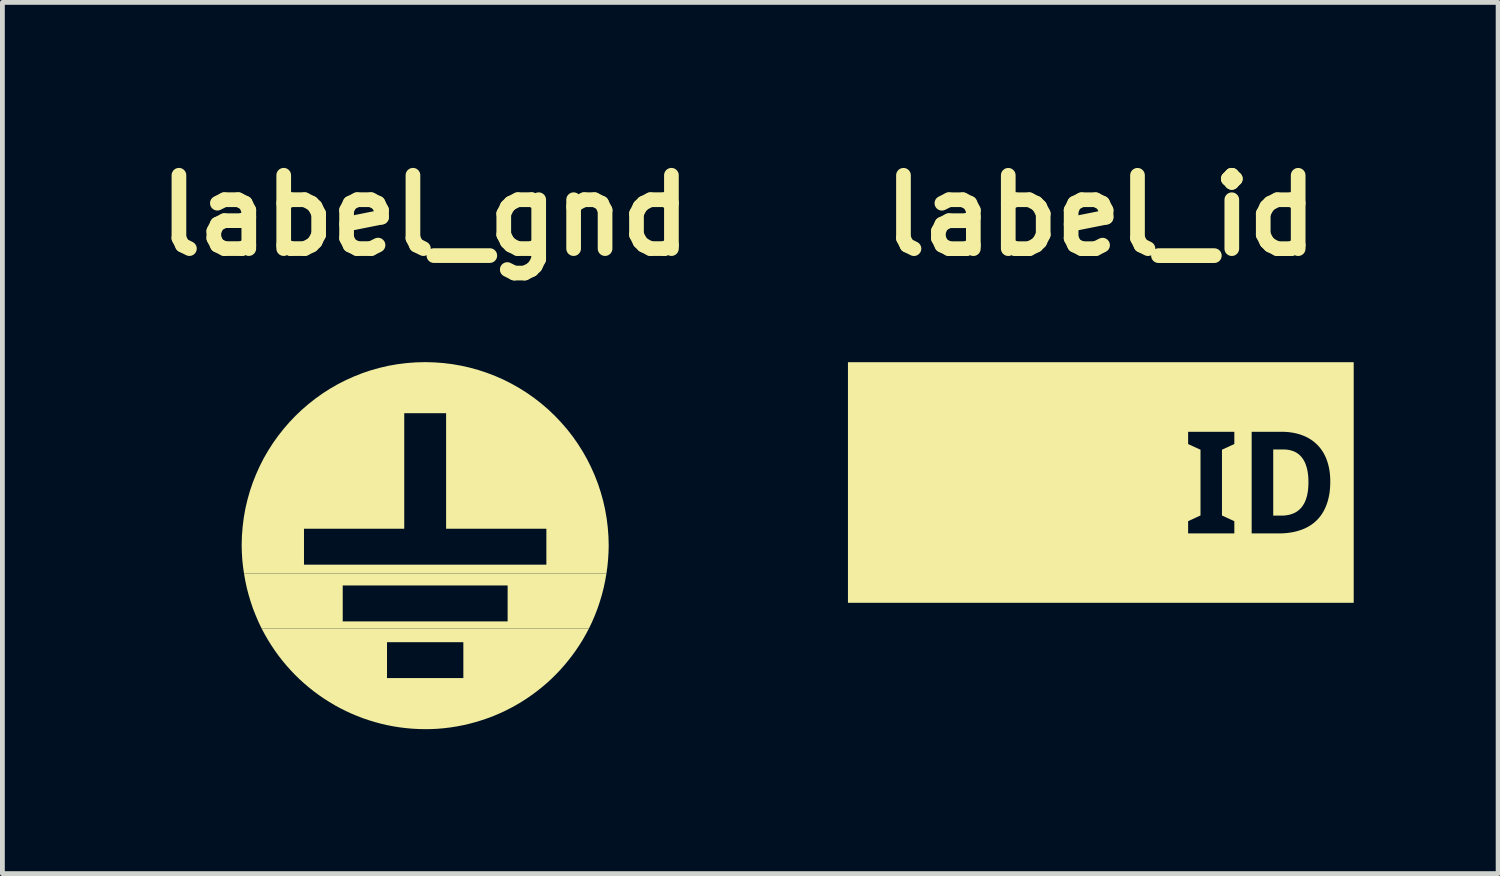
<source format=kicad_pcb>
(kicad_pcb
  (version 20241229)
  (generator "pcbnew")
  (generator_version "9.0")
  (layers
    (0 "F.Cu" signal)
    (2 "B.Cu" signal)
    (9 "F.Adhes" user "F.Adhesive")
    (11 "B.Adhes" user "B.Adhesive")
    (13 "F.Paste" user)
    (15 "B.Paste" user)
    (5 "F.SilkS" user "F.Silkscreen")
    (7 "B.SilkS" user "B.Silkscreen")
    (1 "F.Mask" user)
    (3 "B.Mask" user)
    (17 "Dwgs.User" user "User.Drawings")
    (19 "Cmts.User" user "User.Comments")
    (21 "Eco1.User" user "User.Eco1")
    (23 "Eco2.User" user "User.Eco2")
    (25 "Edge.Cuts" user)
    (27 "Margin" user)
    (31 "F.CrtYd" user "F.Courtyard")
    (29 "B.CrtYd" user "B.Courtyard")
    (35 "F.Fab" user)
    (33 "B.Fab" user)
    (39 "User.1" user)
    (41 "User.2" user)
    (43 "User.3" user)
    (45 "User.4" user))
  (footprint "label_gnd"
    (layer "F.Cu")
    (at 5.784 8.287)
    (property "Reference" "label_gnd" (at 0 -6.861 0) (layer "F.SilkS") (effects (font (size 1.524 1.524) (thickness 0.305))))
    (attr smd)
    (fp_poly (pts (xy -3.764 0.58) (xy -1.713 0.828) (xy 1.713 0.828) (xy 1.713 1.574) (xy -1.713 1.574) (xy -1.713 0.828) (xy -3.764 0.58) (xy -3.738 0.728) (xy -3.707 0.875) (xy -3.669 1.02) (xy -3.626 1.164) (xy -3.578 1.306) (xy -3.523 1.446) (xy -3.464 1.584) (xy -3.399 1.72) (xy 3.403 1.72) (xy 3.468 1.584) (xy 3.527 1.446) (xy 3.581 1.306) (xy 3.629 1.164) (xy 3.672 1.02) (xy 3.709 0.875) (xy 3.74 0.728) (xy 3.766 0.58) (xy -3.764 0.58)) (stroke (width 0) (type solid)) (fill yes) (layer "F.SilkS"))
    (fp_poly (pts (xy -3.399 1.72) (xy -0.793 2.006) (xy 0.793 2.006) (xy 0.793 2.752) (xy -0.793 2.752) (xy -0.793 2.006) (xy -3.399 1.72) (xy -3.336 1.838) (xy -3.269 1.954) (xy -3.199 2.067) (xy -3.125 2.178) (xy -3.048 2.285) (xy -2.967 2.389) (xy -2.883 2.49) (xy -2.796 2.587) (xy -2.706 2.682) (xy -2.613 2.773) (xy -2.516 2.861) (xy -2.417 2.945) (xy -2.316 3.026) (xy -2.211 3.103) (xy -2.104 3.177) (xy -1.995 3.246) (xy -1.884 3.313) (xy -1.77 3.375) (xy -1.654 3.433) (xy -1.536 3.488) (xy -1.416 3.538) (xy -1.295 3.585) (xy -1.171 3.627) (xy -1.046 3.665) (xy -0.92 3.699) (xy -0.792 3.729) (xy -0.663 3.754) (xy -0.532 3.775) (xy -0.401 3.791) (xy -0.268 3.803) (xy -0.135 3.81) (xy -0.000275 3.813) (xy 0.134 3.811) (xy 0.268 3.804) (xy 0.401 3.792) (xy 0.532 3.776) (xy 0.663 3.755) (xy 0.792 3.73) (xy 0.92 3.7) (xy 1.047 3.666) (xy 1.172 3.628) (xy 1.296 3.586) (xy 1.418 3.54) (xy 1.538 3.489) (xy 1.656 3.435) (xy 1.772 3.376) (xy 1.886 3.314) (xy 1.997 3.248) (xy 2.107 3.178) (xy 2.214 3.104) (xy 2.318 3.027) (xy 2.42 2.946) (xy 2.52 2.862) (xy 2.616 2.774) (xy 2.709 2.683) (xy 2.8 2.588) (xy 2.887 2.49) (xy 2.971 2.389) (xy 3.052 2.285) (xy 3.129 2.178) (xy 3.203 2.068) (xy 3.274 1.955) (xy 3.34 1.838) (xy 3.403 1.72) (xy -3.399 1.72)) (stroke (width 0) (type solid)) (fill yes) (layer "F.SilkS"))
    (fp_poly (pts (xy -0.000275 -3.813) (xy -0.435 -2.752) (xy 0.435 -2.752) (xy 0.435 -0.351) (xy 2.518 -0.351) (xy 2.518 0.395) (xy 0.435 0.395) (xy -0.435 0.395) (xy -2.518 0.395) (xy -2.518 -0.351) (xy -0.435 -0.351) (xy -0.435 -2.752) (xy -0.000275 -3.813) (xy -0.196 -3.808) (xy -0.39 -3.793) (xy -0.581 -3.769) (xy -0.769 -3.736) (xy -0.953 -3.693) (xy -1.134 -3.642) (xy -1.311 -3.582) (xy -1.484 -3.513) (xy -1.653 -3.437) (xy -1.818 -3.353) (xy -1.977 -3.261) (xy -2.132 -3.162) (xy -2.281 -3.055) (xy -2.425 -2.942) (xy -2.564 -2.822) (xy -2.696 -2.696) (xy -2.822 -2.564) (xy -2.942 -2.425) (xy -3.055 -2.281) (xy -3.162 -2.132) (xy -3.261 -1.977) (xy -3.353 -1.818) (xy -3.437 -1.653) (xy -3.513 -1.484) (xy -3.582 -1.311) (xy -3.642 -1.134) (xy -3.693 -0.953) (xy -3.736 -0.769) (xy -3.769 -0.581) (xy -3.793 -0.39) (xy -3.808 -0.196) (xy -3.813 -0.000275) (xy -3.809 0.145) (xy -3.8 0.291) (xy -3.785 0.435) (xy -3.764 0.58) (xy 3.766 0.58) (xy 3.786 0.435) (xy 3.8 0.291) (xy 3.809 0.145) (xy 3.813 -0.000275) (xy 3.808 -0.189) (xy 3.794 -0.377) (xy 3.771 -0.563) (xy 3.739 -0.748) (xy 3.698 -0.93) (xy 3.648 -1.109) (xy 3.59 -1.286) (xy 3.523 -1.459) (xy 3.447 -1.629) (xy 3.364 -1.796) (xy 3.272 -1.958) (xy 3.172 -2.116) (xy 3.065 -2.269) (xy 2.949 -2.417) (xy 2.826 -2.559) (xy 2.696 -2.696) (xy 2.559 -2.827) (xy 2.416 -2.95) (xy 2.268 -3.065) (xy 2.115 -3.173) (xy 1.957 -3.272) (xy 1.795 -3.364) (xy 1.629 -3.448) (xy 1.459 -3.523) (xy 1.285 -3.59) (xy 1.109 -3.648) (xy 0.929 -3.698) (xy 0.747 -3.739) (xy 0.563 -3.771) (xy 0.377 -3.794) (xy 0.189 -3.808) (xy -0.000275 -3.813)) (stroke (width 0) (type solid)) (fill yes) (layer "F.SilkS")))
  (footprint "label_id"
    (layer "F.Cu")
    (at 19.822 6.975)
    (property "Reference" "label_id" (at 0 -5.548 0) (layer "F.SilkS") (effects (font (size 1.524 1.524) (thickness 0.305))))
    (attr smd)
    (fp_poly (pts (xy 3.582 -0.687) (xy 3.582 0.688) (xy 3.746 0.688) (xy 3.762 0.688) (xy 3.778 0.688) (xy 3.794 0.687) (xy 3.809 0.686) (xy 3.824 0.685) (xy 3.839 0.683) (xy 3.854 0.681) (xy 3.868 0.679) (xy 3.883 0.677) (xy 3.897 0.674) (xy 3.91 0.671) (xy 3.924 0.668) (xy 3.937 0.664) (xy 3.95 0.661) (xy 3.963 0.656) (xy 3.975 0.652) (xy 3.988 0.647) (xy 4 0.642) (xy 4.012 0.637) (xy 4.024 0.632) (xy 4.035 0.626) (xy 4.046 0.62) (xy 4.057 0.614) (xy 4.068 0.607) (xy 4.078 0.6) (xy 4.089 0.593) (xy 4.099 0.585) (xy 4.109 0.577) (xy 4.118 0.569) (xy 4.127 0.561) (xy 4.137 0.552) (xy 4.145 0.544) (xy 4.154 0.534) (xy 4.163 0.525) (xy 4.171 0.515) (xy 4.178 0.506) (xy 4.185 0.497) (xy 4.191 0.488) (xy 4.198 0.479) (xy 4.204 0.469) (xy 4.21 0.459) (xy 4.216 0.449) (xy 4.222 0.439) (xy 4.228 0.428) (xy 4.233 0.418) (xy 4.239 0.407) (xy 4.244 0.395) (xy 4.249 0.384) (xy 4.253 0.372) (xy 4.258 0.361) (xy 4.262 0.348) (xy 4.266 0.336) (xy 4.27 0.324) (xy 4.274 0.311) (xy 4.278 0.298) (xy 4.281 0.285) (xy 4.285 0.272) (xy 4.288 0.258) (xy 4.291 0.244) (xy 4.293 0.23) (xy 4.296 0.216) (xy 4.298 0.201) (xy 4.301 0.187) (xy 4.303 0.172) (xy 4.305 0.157) (xy 4.306 0.141) (xy 4.308 0.126) (xy 4.309 0.11) (xy 4.31 0.094) (xy 4.311 0.078) (xy 4.312 0.062) (xy 4.313 0.045) (xy 4.313 0.028) (xy 4.313 0.011) (xy 4.314 -0.006) (xy 4.313 -0.022) (xy 4.313 -0.038) (xy 4.313 -0.053) (xy 4.312 -0.069) (xy 4.312 -0.084) (xy 4.311 -0.099) (xy 4.31 -0.113) (xy 4.309 -0.128) (xy 4.308 -0.142) (xy 4.306 -0.156) (xy 4.305 -0.17) (xy 4.303 -0.184) (xy 4.301 -0.197) (xy 4.299 -0.211) (xy 4.297 -0.224) (xy 4.295 -0.237) (xy 4.292 -0.249) (xy 4.29 -0.262) (xy 4.287 -0.274) (xy 4.284 -0.286) (xy 4.281 -0.298) (xy 4.278 -0.31) (xy 4.274 -0.324) (xy 4.269 -0.339) (xy 4.264 -0.353) (xy 4.26 -0.368) (xy 4.254 -0.381) (xy 4.249 -0.395) (xy 4.244 -0.408) (xy 4.238 -0.421) (xy 4.232 -0.433) (xy 4.225 -0.445) (xy 4.219 -0.457) (xy 4.212 -0.469) (xy 4.205 -0.48) (xy 4.198 -0.491) (xy 4.191 -0.501) (xy 4.183 -0.512) (xy 4.175 -0.522) (xy 4.166 -0.533) (xy 4.157 -0.543) (xy 4.147 -0.554) (xy 4.137 -0.563) (xy 4.127 -0.573) (xy 4.117 -0.582) (xy 4.106 -0.591) (xy 4.095 -0.599) (xy 4.084 -0.607) (xy 4.072 -0.614) (xy 4.061 -0.622) (xy 4.048 -0.628) (xy 4.036 -0.635) (xy 4.023 -0.641) (xy 4.01 -0.646) (xy 3.999 -0.651) (xy 3.987 -0.655) (xy 3.975 -0.659) (xy 3.963 -0.663) (xy 3.951 -0.667) (xy 3.939 -0.67) (xy 3.926 -0.673) (xy 3.913 -0.675) (xy 3.9 -0.678) (xy 3.887 -0.68) (xy 3.873 -0.682) (xy 3.86 -0.683) (xy 3.846 -0.684) (xy 3.832 -0.685) (xy 3.817 -0.686) (xy 3.803 -0.686) (xy 3.788 -0.687) (xy 3.582 -0.687)) (stroke (width 0) (type solid)) (fill yes) (layer "F.SilkS"))
    (fp_poly (pts (xy 3.134 -1.054) (xy 2.774 -1.054) (xy 2.774 -0.799) (xy 2.517 -0.681) (xy 2.517 0.685) (xy 2.774 0.804) (xy 2.774 1.058) (xy 1.814 1.058) (xy 1.814 0.804) (xy 2.071 0.685) (xy 2.071 -0.681) (xy 1.814 -0.799) (xy 1.814 -1.054) (xy 2.774 -1.054) (xy 3.134 -1.054) (xy -5.254 -2.5) (xy -5.254 2.5) (xy 5.254 2.5) (xy 5.254 -2.5) (xy -5.254 -2.5) (xy 3.134 -1.054) (xy 3.752 -1.054) (xy 3.767 -1.054) (xy 3.782 -1.053) (xy 3.796 -1.053) (xy 3.811 -1.053) (xy 3.826 -1.052) (xy 3.84 -1.051) (xy 3.855 -1.05) (xy 3.869 -1.049) (xy 3.883 -1.048) (xy 3.897 -1.047) (xy 3.911 -1.045) (xy 3.925 -1.044) (xy 3.939 -1.042) (xy 3.952 -1.04) (xy 3.966 -1.038) (xy 3.98 -1.036) (xy 3.993 -1.034) (xy 4.006 -1.031) (xy 4.02 -1.029) (xy 4.033 -1.026) (xy 4.046 -1.023) (xy 4.059 -1.02) (xy 4.072 -1.017) (xy 4.084 -1.014) (xy 4.097 -1.01) (xy 4.109 -1.007) (xy 4.122 -1.003) (xy 4.134 -0.999) (xy 4.147 -0.995) (xy 4.159 -0.991) (xy 4.171 -0.987) (xy 4.184 -0.982) (xy 4.197 -0.977) (xy 4.21 -0.972) (xy 4.223 -0.967) (xy 4.236 -0.961) (xy 4.249 -0.955) (xy 4.261 -0.95) (xy 4.274 -0.944) (xy 4.286 -0.938) (xy 4.298 -0.931) (xy 4.31 -0.925) (xy 4.322 -0.918) (xy 4.333 -0.911) (xy 4.345 -0.904) (xy 4.356 -0.897) (xy 4.368 -0.89) (xy 4.379 -0.882) (xy 4.39 -0.875) (xy 4.4 -0.867) (xy 4.411 -0.859) (xy 4.422 -0.851) (xy 4.432 -0.842) (xy 4.442 -0.834) (xy 4.452 -0.825) (xy 4.462 -0.816) (xy 4.472 -0.808) (xy 4.482 -0.798) (xy 4.492 -0.789) (xy 4.501 -0.78) (xy 4.51 -0.77) (xy 4.519 -0.76) (xy 4.528 -0.751) (xy 4.537 -0.741) (xy 4.546 -0.73) (xy 4.554 -0.72) (xy 4.562 -0.71) (xy 4.571 -0.699) (xy 4.578 -0.688) (xy 4.586 -0.677) (xy 4.594 -0.666) (xy 4.601 -0.655) (xy 4.609 -0.643) (xy 4.616 -0.632) (xy 4.623 -0.62) (xy 4.63 -0.608) (xy 4.637 -0.596) (xy 4.643 -0.583) (xy 4.65 -0.571) (xy 4.656 -0.558) (xy 4.662 -0.546) (xy 4.668 -0.533) (xy 4.674 -0.52) (xy 4.679 -0.506) (xy 4.685 -0.493) (xy 4.69 -0.479) (xy 4.695 -0.466) (xy 4.699 -0.454) (xy 4.703 -0.442) (xy 4.708 -0.43) (xy 4.711 -0.418) (xy 4.715 -0.405) (xy 4.719 -0.393) (xy 4.722 -0.381) (xy 4.726 -0.368) (xy 4.729 -0.355) (xy 4.732 -0.343) (xy 4.735 -0.33) (xy 4.738 -0.317) (xy 4.741 -0.304) (xy 4.743 -0.29) (xy 4.746 -0.277) (xy 4.748 -0.264) (xy 4.75 -0.25) (xy 4.752 -0.236) (xy 4.754 -0.223) (xy 4.756 -0.209) (xy 4.758 -0.195) (xy 4.759 -0.181) (xy 4.761 -0.166) (xy 4.762 -0.152) (xy 4.763 -0.138) (xy 4.764 -0.123) (xy 4.765 -0.108) (xy 4.766 -0.094) (xy 4.766 -0.079) (xy 4.767 -0.064) (xy 4.767 -0.049) (xy 4.767 -0.033) (xy 4.767 -0.018) (xy 4.767 -0.003) (xy 4.767 0.012) (xy 4.767 0.027) (xy 4.766 0.042) (xy 4.766 0.057) (xy 4.765 0.072) (xy 4.764 0.086) (xy 4.763 0.101) (xy 4.762 0.115) (xy 4.761 0.13) (xy 4.76 0.144) (xy 4.758 0.158) (xy 4.757 0.172) (xy 4.755 0.186) (xy 4.754 0.199) (xy 4.752 0.213) (xy 4.75 0.226) (xy 4.748 0.24) (xy 4.745 0.253) (xy 4.743 0.266) (xy 4.741 0.279) (xy 4.738 0.292) (xy 4.735 0.305) (xy 4.732 0.318) (xy 4.729 0.331) (xy 4.726 0.343) (xy 4.723 0.356) (xy 4.72 0.368) (xy 4.716 0.38) (xy 4.713 0.393) (xy 4.709 0.405) (xy 4.705 0.417) (xy 4.702 0.428) (xy 4.697 0.44) (xy 4.693 0.452) (xy 4.688 0.465) (xy 4.683 0.479) (xy 4.678 0.493) (xy 4.672 0.506) (xy 4.666 0.519) (xy 4.661 0.532) (xy 4.655 0.545) (xy 4.648 0.557) (xy 4.642 0.57) (xy 4.636 0.582) (xy 4.629 0.595) (xy 4.622 0.607) (xy 4.615 0.619) (xy 4.608 0.63) (xy 4.601 0.642) (xy 4.594 0.653) (xy 4.586 0.665) (xy 4.578 0.676) (xy 4.57 0.687) (xy 4.562 0.698) (xy 4.554 0.708) (xy 4.546 0.719) (xy 4.537 0.729) (xy 4.529 0.739) (xy 4.52 0.749) (xy 4.511 0.759) (xy 4.502 0.769) (xy 4.492 0.779) (xy 4.483 0.788) (xy 4.473 0.797) (xy 4.464 0.806) (xy 4.454 0.815) (xy 4.444 0.824) (xy 4.434 0.832) (xy 4.423 0.841) (xy 4.413 0.849) (xy 4.402 0.857) (xy 4.391 0.865) (xy 4.381 0.873) (xy 4.37 0.88) (xy 4.358 0.888) (xy 4.347 0.895) (xy 4.336 0.902) (xy 4.324 0.909) (xy 4.312 0.916) (xy 4.3 0.923) (xy 4.288 0.929) (xy 4.276 0.936) (xy 4.263 0.942) (xy 4.251 0.948) (xy 4.238 0.954) (xy 4.225 0.959) (xy 4.212 0.965) (xy 4.199 0.97) (xy 4.186 0.976) (xy 4.172 0.981) (xy 4.159 0.985) (xy 4.145 0.99) (xy 4.133 0.994) (xy 4.12 0.998) (xy 4.108 1.002) (xy 4.096 1.006) (xy 4.083 1.009) (xy 4.07 1.013) (xy 4.058 1.016) (xy 4.045 1.019) (xy 4.032 1.022) (xy 4.019 1.025) (xy 4.006 1.028) (xy 3.992 1.031) (xy 3.979 1.033) (xy 3.965 1.036) (xy 3.952 1.038) (xy 3.938 1.04) (xy 3.924 1.042) (xy 3.91 1.044) (xy 3.896 1.046) (xy 3.882 1.048) (xy 3.868 1.049) (xy 3.854 1.051) (xy 3.839 1.052) (xy 3.825 1.053) (xy 3.81 1.054) (xy 3.796 1.055) (xy 3.781 1.056) (xy 3.766 1.057) (xy 3.751 1.057) (xy 3.736 1.057) (xy 3.72 1.058) (xy 3.705 1.058) (xy 3.69 1.058) (xy 3.134 1.058) (xy 3.134 -1.054)) (stroke (width 0) (type solid)) (fill yes) (layer "F.SilkS")))
  (gr_rect
    (start -3 -3)
    (end 28.077 15.101)
    (stroke (width 0.1) (type default))
    (fill no)
    (layer "Edge.Cuts")))
</source>
